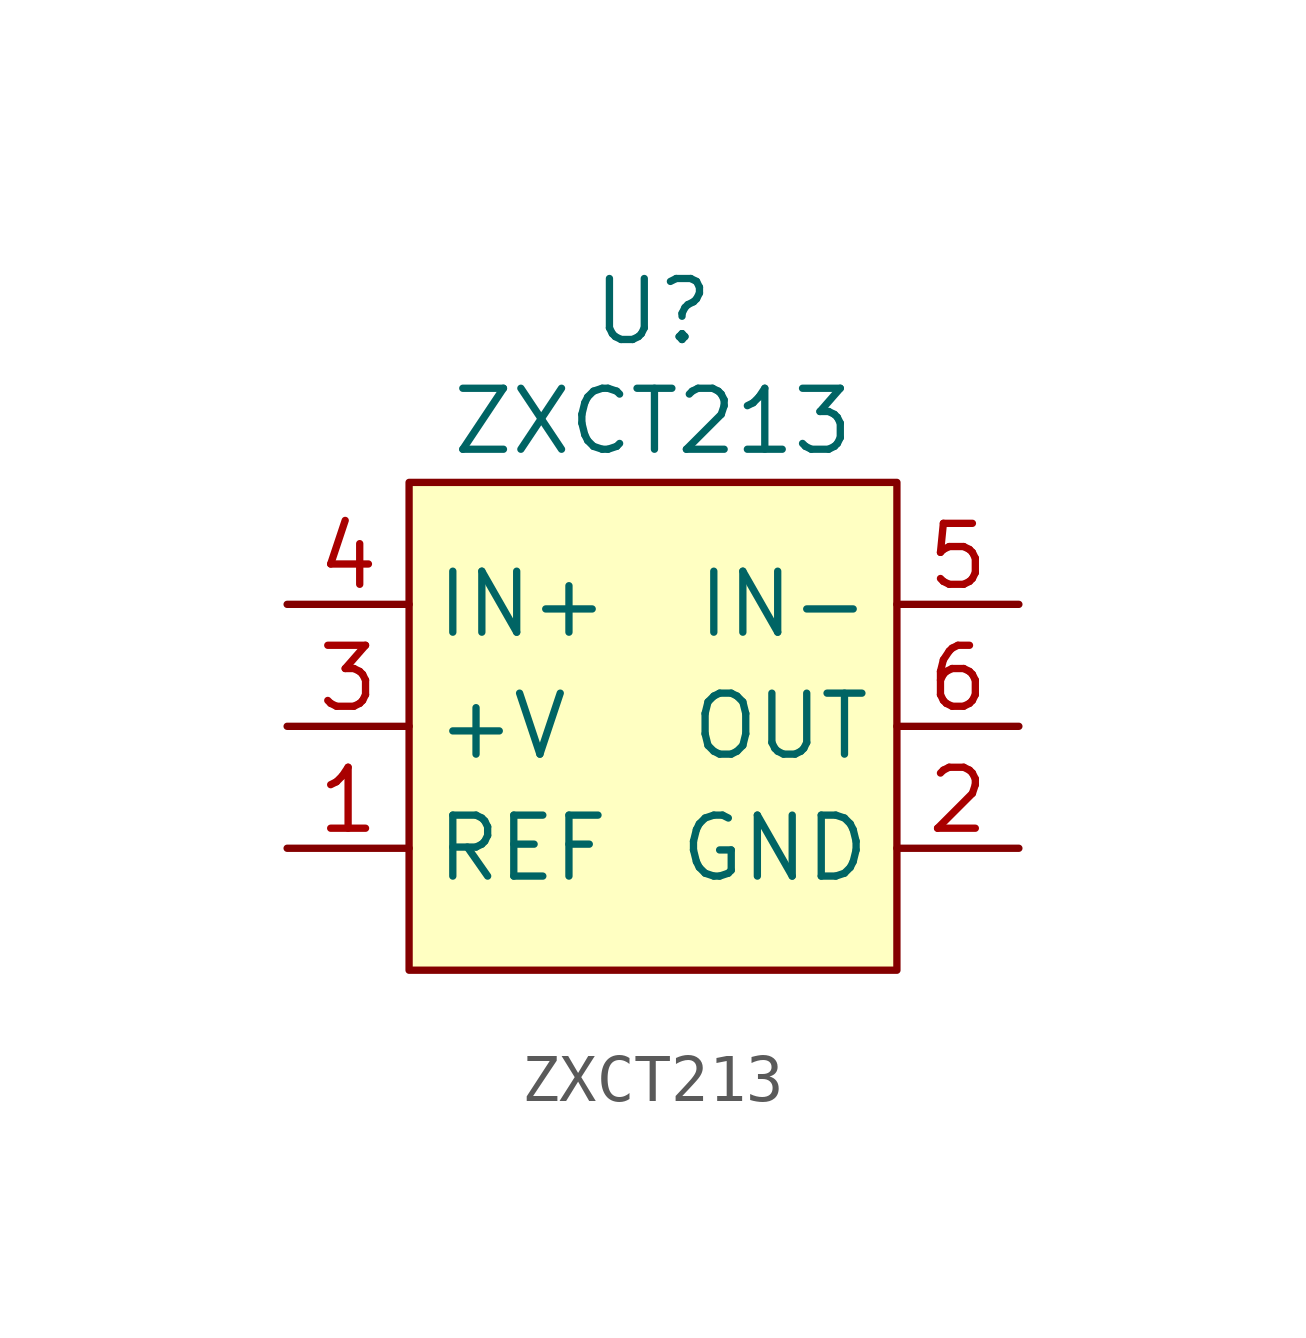
<source format=kicad_sym>
(kicad_symbol_lib
  (version 20241209)
  (generator "kicad_symbol_editor")
  (generator_version "9.0")
  (symbol "ZXCT213"
    (property "Reference" "U"
      (at 0 8.636 0)
      (effects (font (size 1.27 1.27))))
    (property "Value" "ZXCT213"
      (at 0 6.35 0)
      (effects (font (size 1.27 1.27))))
    (symbol "ZXCT213_1_1"
      (rectangle (start -5.08 5.08) (end 5.08 -5.08) (stroke (width 0) (type solid)) (fill (type background)))
      (pin passive line (at -7.62 2.54 0) (length 2.54) (name "IN+" (effects (font (size 1.27 1.27)))) (number "4" (effects (font (size 1.27 1.27)))))
      (pin passive line (at -7.62 0 0) (length 2.54) (name "+V" (effects (font (size 1.27 1.27)))) (number "3" (effects (font (size 1.27 1.27)))))
      (pin passive line (at -7.62 -2.54 0) (length 2.54) (name "REF" (effects (font (size 1.27 1.27)))) (number "1" (effects (font (size 1.27 1.27)))))
      (pin passive line (at 7.62 2.54 180) (length 2.54) (name "IN-" (effects (font (size 1.27 1.27)))) (number "5" (effects (font (size 1.27 1.27)))))
      (pin passive line (at 7.62 0 180) (length 2.54) (name "OUT" (effects (font (size 1.27 1.27)))) (number "6" (effects (font (size 1.27 1.27)))))
      (pin passive line (at 7.62 -2.54 180) (length 2.54) (name "GND" (effects (font (size 1.27 1.27)))) (number "2" (effects (font (size 1.27 1.27))))))))
</source>
